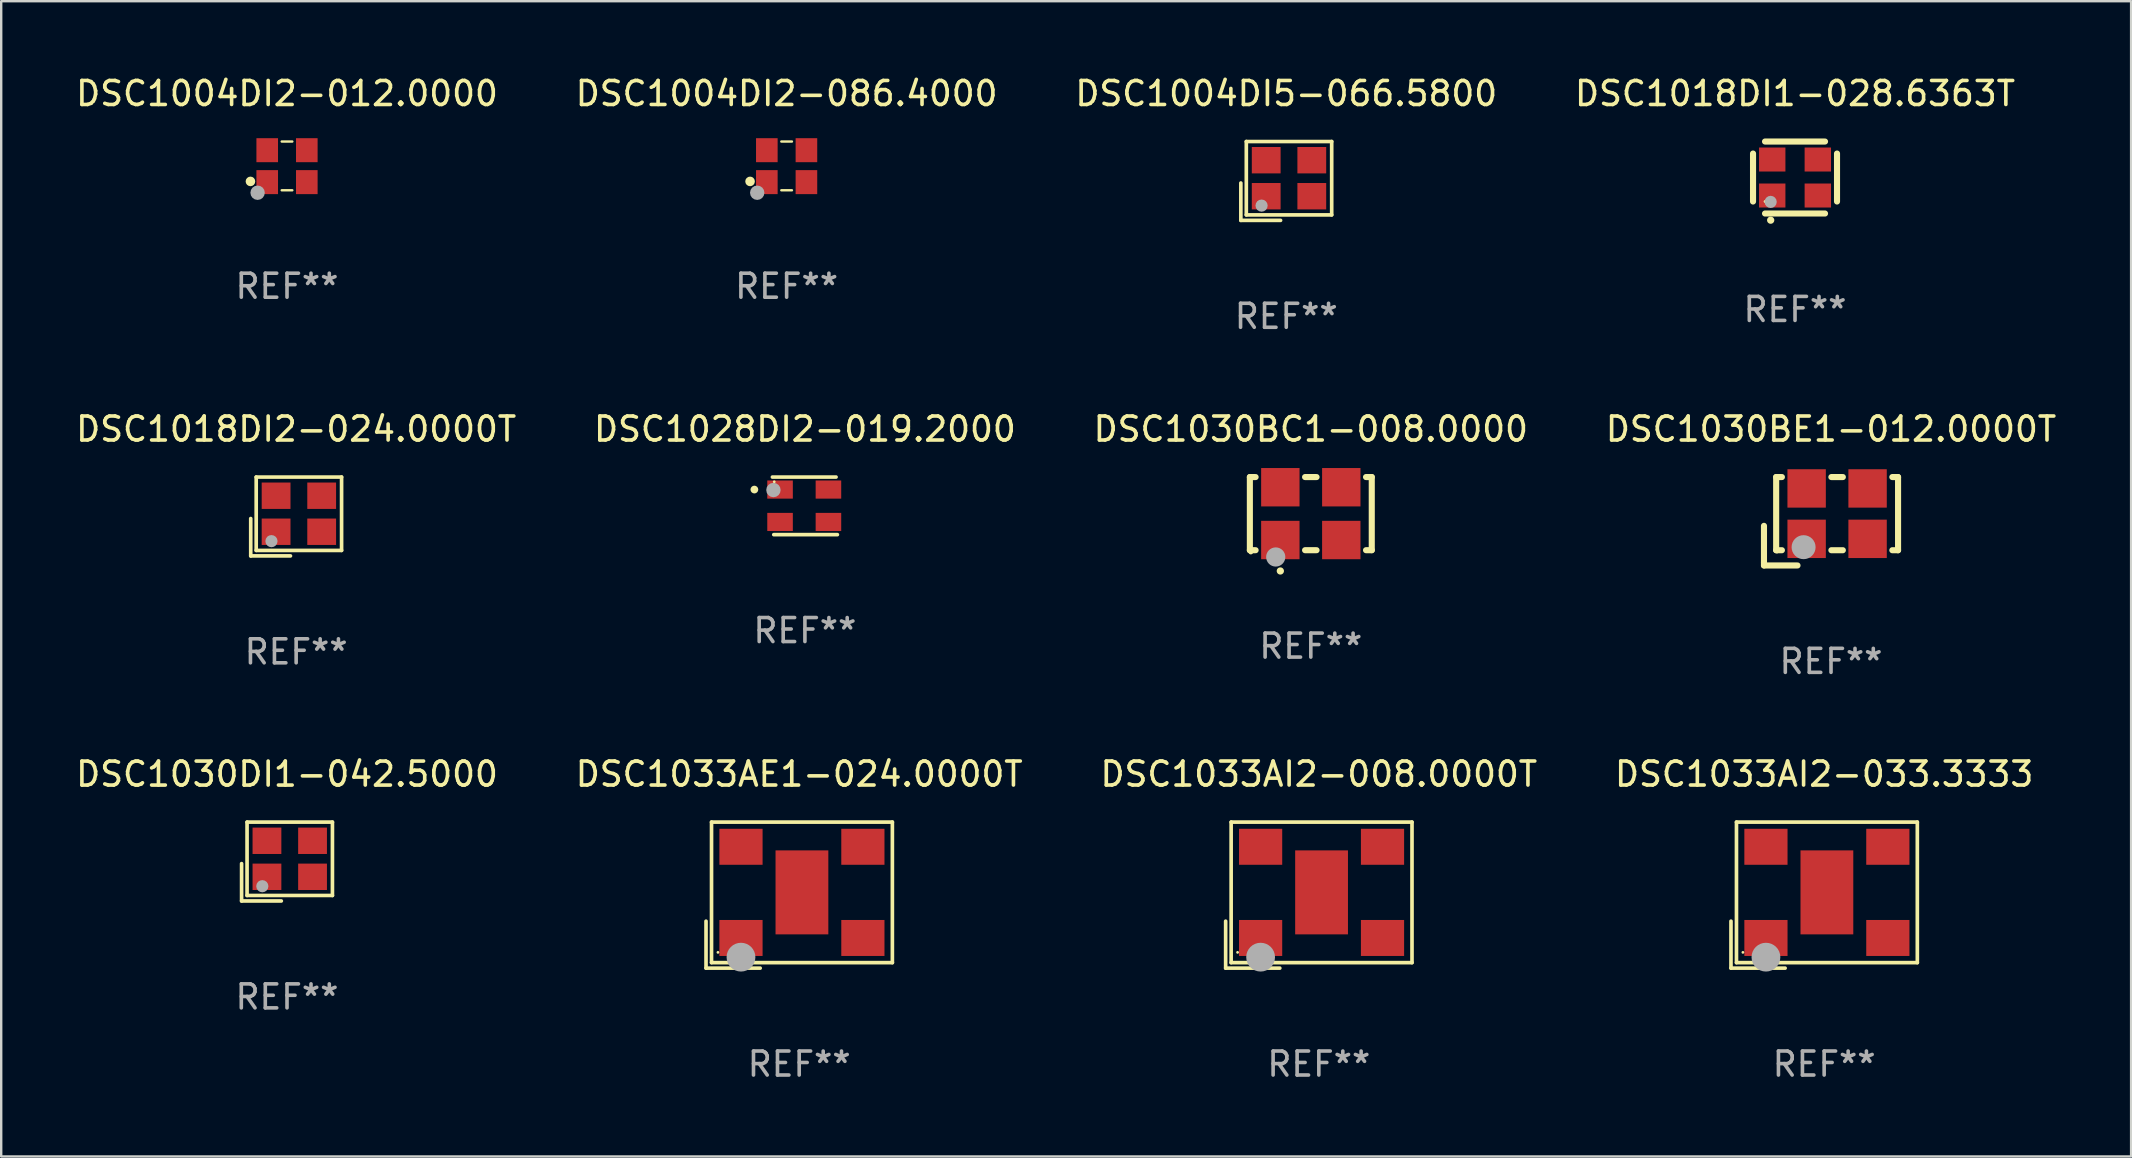
<source format=kicad_pcb>
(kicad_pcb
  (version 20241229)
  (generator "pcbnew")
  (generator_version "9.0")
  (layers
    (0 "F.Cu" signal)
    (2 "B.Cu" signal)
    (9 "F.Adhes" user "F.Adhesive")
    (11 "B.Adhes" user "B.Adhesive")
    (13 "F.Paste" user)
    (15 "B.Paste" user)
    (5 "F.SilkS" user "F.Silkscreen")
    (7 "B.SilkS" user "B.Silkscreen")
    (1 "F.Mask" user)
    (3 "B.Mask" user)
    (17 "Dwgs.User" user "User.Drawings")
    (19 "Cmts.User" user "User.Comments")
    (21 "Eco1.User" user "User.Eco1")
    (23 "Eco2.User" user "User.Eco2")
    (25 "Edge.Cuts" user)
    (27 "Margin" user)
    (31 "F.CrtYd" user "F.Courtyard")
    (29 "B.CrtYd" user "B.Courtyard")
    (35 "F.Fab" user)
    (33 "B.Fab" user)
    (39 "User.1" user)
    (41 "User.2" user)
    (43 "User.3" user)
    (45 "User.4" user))
  (footprint "DSC1033AI2-008.0000T"
    (layer "F.Cu")
    (at 51.911 34.253)
    (property "Reference" "DSC1033AI2-008.0000T" (at 0 -5.043 0) (layer "F.SilkS") (effects (font (size 1 1) (thickness 0.15))))
    (attr through_hole)
    (fp_line (start -3.883 1.086) (end -3.883 3.043) (stroke (width 0.152) (type solid)) (layer "F.SilkS"))
    (fp_line (start -3.883 3.043) (end -1.626 3.043) (stroke (width 0.152) (type solid)) (layer "F.SilkS"))
    (fp_line (start -3.654 -3.043) (end 3.883 -3.043) (stroke (width 0.152) (type solid)) (layer "F.SilkS"))
    (fp_line (start -3.654 2.814) (end -3.654 -3.043) (stroke (width 0.152) (type solid)) (layer "F.SilkS"))
    (fp_line (start 3.883 -3.043) (end 3.883 2.814) (stroke (width 0.152) (type solid)) (layer "F.SilkS"))
    (fp_line (start 3.883 2.814) (end -3.654 2.814) (stroke (width 0.152) (type solid)) (layer "F.SilkS"))
    (fp_circle (center -3.386 2.386) (end -3.356 2.386) (stroke (width 0.06) (type solid)) (fill no) (layer "F.SilkS"))
    (fp_circle (center -2.426 2.586) (end -2.126 2.586) (stroke (width 0.6) (type solid)) (fill no) (layer "F.Fab"))
    (fp_text user "REF**" (at 0 7.043 0) (layer "F.Fab") (effects (font (size 1 1) (thickness 0.15))))
    (pad "1" smd rect (at -2.426 1.786) (size 1.8 1.5) (layers "F.Cu" "F.Mask" "F.Paste"))
    (pad "2" smd rect (at 2.654 1.786) (size 1.8 1.5) (layers "F.Cu" "F.Mask" "F.Paste"))
    (pad "3" smd rect (at 2.654 -2.014) (size 1.8 1.5) (layers "F.Cu" "F.Mask" "F.Paste"))
    (pad "4" smd rect (at -2.426 -2.014) (size 1.8 1.5) (layers "F.Cu" "F.Mask" "F.Paste"))
    (pad "5" smd rect (at 0.114 -0.114) (size 2.2 3.5) (layers "F.Cu" "F.Mask" "F.Paste")))
  (footprint "DSC1030BE1-012.0000T"
    (layer "F.Cu")
    (at 73.256 18.673)
    (property "Reference" "DSC1030BE1-012.0000T" (at 0 -3.842 0) (layer "F.SilkS") (effects (font (size 1 1) (thickness 0.15))))
    (attr through_hole)
    (fp_line (start -2.794 0.191) (end -2.794 1.715) (stroke (width 0.254) (type solid)) (layer "F.SilkS"))
    (fp_line (start -2.794 1.715) (end -2.794 1.842) (stroke (width 0.254) (type solid)) (layer "F.SilkS"))
    (fp_line (start -2.794 1.842) (end -1.397 1.842) (stroke (width 0.254) (type solid)) (layer "F.SilkS"))
    (fp_line (start -2.286 -1.842) (end -2.047 -1.842) (stroke (width 0.254) (type solid)) (layer "F.SilkS"))
    (fp_line (start -2.286 1.207) (end -2.286 -1.842) (stroke (width 0.254) (type solid)) (layer "F.SilkS"))
    (fp_line (start -2.047 1.207) (end -2.286 1.207) (stroke (width 0.254) (type solid)) (layer "F.SilkS"))
    (fp_line (start 0.015 -1.842) (end 0.493 -1.842) (stroke (width 0.254) (type solid)) (layer "F.SilkS"))
    (fp_line (start 0.493 1.207) (end 0.015 1.207) (stroke (width 0.254) (type solid)) (layer "F.SilkS"))
    (fp_line (start 2.555 -1.842) (end 2.794 -1.842) (stroke (width 0.254) (type solid)) (layer "F.SilkS"))
    (fp_line (start 2.794 -1.842) (end 2.794 1.207) (stroke (width 0.254) (type solid)) (layer "F.SilkS"))
    (fp_line (start 2.794 1.207) (end 2.555 1.207) (stroke (width 0.254) (type solid)) (layer "F.SilkS"))
    (fp_circle (center -2.246 1.282) (end -2.216 1.282) (stroke (width 0.06) (type solid)) (fill no) (layer "F.SilkS"))
    (fp_circle (center -1.143 1.08) (end -0.893 1.08) (stroke (width 0.5) (type solid)) (fill no) (layer "F.Fab"))
    (fp_text user "REF**" (at 0 5.842 0) (layer "F.Fab") (effects (font (size 1 1) (thickness 0.15))))
    (pad "1" smd rect (at -1.016 0.733) (size 1.6 1.6) (layers "F.Cu" "F.Mask" "F.Paste"))
    (pad "2" smd rect (at 1.524 0.733) (size 1.6 1.6) (layers "F.Cu" "F.Mask" "F.Paste"))
    (pad "3" smd rect (at 1.524 -1.368) (size 1.6 1.6) (layers "F.Cu" "F.Mask" "F.Paste"))
    (pad "4" smd rect (at -1.016 -1.368) (size 1.6 1.6) (layers "F.Cu" "F.Mask" "F.Paste")))
  (footprint "DSC1030DI1-042.5000"
    (layer "F.Cu")
    (at 8.911 32.854)
    (property "Reference" "DSC1030DI1-042.5000" (at 0 -3.643 0) (layer "F.SilkS") (effects (font (size 1 1) (thickness 0.15))))
    (attr through_hole)
    (fp_line (start -1.893 0.086) (end -1.893 1.643) (stroke (width 0.152) (type solid)) (layer "F.SilkS"))
    (fp_line (start -1.893 1.643) (end -0.237 1.643) (stroke (width 0.152) (type solid)) (layer "F.SilkS"))
    (fp_line (start -1.665 -1.643) (end 1.893 -1.643) (stroke (width 0.152) (type solid)) (layer "F.SilkS"))
    (fp_line (start -1.665 1.414) (end -1.665 -1.643) (stroke (width 0.152) (type solid)) (layer "F.SilkS"))
    (fp_line (start 1.893 -1.643) (end 1.893 1.414) (stroke (width 0.152) (type solid)) (layer "F.SilkS"))
    (fp_line (start 1.893 1.414) (end -1.665 1.414) (stroke (width 0.152) (type solid)) (layer "F.SilkS"))
    (fp_circle (center -1.136 0.885) (end -1.106 0.885) (stroke (width 0.06) (type solid)) (fill no) (layer "F.SilkS"))
    (fp_circle (center -1.029 1.028) (end -0.902 1.028) (stroke (width 0.254) (type solid)) (fill no) (layer "F.Fab"))
    (fp_text user "REF**" (at 0 5.643 0) (layer "F.Fab") (effects (font (size 1 1) (thickness 0.15))))
    (pad "1" smd rect (at -0.836 0.636) (size 1.2 1.1) (layers "F.Cu" "F.Mask" "F.Paste"))
    (pad "2" smd rect (at 1.064 0.636) (size 1.2 1.1) (layers "F.Cu" "F.Mask" "F.Paste"))
    (pad "3" smd rect (at 1.064 -0.865) (size 1.2 1.1) (layers "F.Cu" "F.Mask" "F.Paste"))
    (pad "4" smd rect (at -0.836 -0.865) (size 1.2 1.1) (layers "F.Cu" "F.Mask" "F.Paste")))
  (footprint "DSC1004DI2-012.0000"
    (layer "F.Cu")
    (at 8.911 3.864)
    (property "Reference" "DSC1004DI2-012.0000" (at 0 -3.016 0) (layer "F.SilkS") (effects (font (size 1 1) (thickness 0.15))))
    (attr through_hole)
    (fp_line (start -0.221 -1.016) (end 0.221 -1.016) (stroke (width 0.1) (type solid)) (layer "F.SilkS"))
    (fp_line (start -0.221 1.016) (end 0.221 1.016) (stroke (width 0.1) (type solid)) (layer "F.SilkS"))
    (fp_circle (center -1.524 0.646) (end -1.424 0.646) (stroke (width 0.2) (type solid)) (fill no) (layer "F.SilkS"))
    (fp_circle (center -1.25 1) (end -1.22 1) (stroke (width 0.06) (type solid)) (fill no) (layer "F.SilkS"))
    (fp_circle (center -1.226 1.118) (end -1.076 1.118) (stroke (width 0.3) (type solid)) (fill no) (layer "F.Fab"))
    (fp_text user "REF**" (at 0 5.016 0) (layer "F.Fab") (effects (font (size 1 1) (thickness 0.15))))
    (pad "1" smd rect (at -0.825 0.676) (size 0.9 1) (layers "F.Cu" "F.Mask" "F.Paste"))
    (pad "2" smd rect (at 0.825 0.676) (size 0.9 1) (layers "F.Cu" "F.Mask" "F.Paste"))
    (pad "3" smd rect (at 0.825 -0.655) (size 0.9 1) (layers "F.Cu" "F.Mask" "F.Paste"))
    (pad "4" smd rect (at -0.825 -0.655) (size 0.9 1) (layers "F.Cu" "F.Mask" "F.Paste")))
  (footprint "DSC1018DI2-024.0000T"
    (layer "F.Cu")
    (at 9.292 18.474)
    (property "Reference" "DSC1018DI2-024.0000T" (at 0 -3.643 0) (layer "F.SilkS") (effects (font (size 1 1) (thickness 0.15))))
    (attr through_hole)
    (fp_line (start -1.893 0.086) (end -1.893 1.643) (stroke (width 0.152) (type solid)) (layer "F.SilkS"))
    (fp_line (start -1.893 1.643) (end -0.237 1.643) (stroke (width 0.152) (type solid)) (layer "F.SilkS"))
    (fp_line (start -1.665 -1.643) (end 1.893 -1.643) (stroke (width 0.152) (type solid)) (layer "F.SilkS"))
    (fp_line (start -1.665 1.414) (end -1.665 -1.643) (stroke (width 0.152) (type solid)) (layer "F.SilkS"))
    (fp_line (start 1.893 -1.643) (end 1.893 1.414) (stroke (width 0.152) (type solid)) (layer "F.SilkS"))
    (fp_line (start 1.893 1.414) (end -1.665 1.414) (stroke (width 0.152) (type solid)) (layer "F.SilkS"))
    (fp_circle (center -1.136 0.885) (end -1.106 0.885) (stroke (width 0.06) (type solid)) (fill no) (layer "F.SilkS"))
    (fp_circle (center -1.029 1.028) (end -0.902 1.028) (stroke (width 0.254) (type solid)) (fill no) (layer "F.Fab"))
    (fp_text user "REF**" (at 0 5.643 0) (layer "F.Fab") (effects (font (size 1 1) (thickness 0.15))))
    (pad "1" smd rect (at -0.836 0.636) (size 1.2 1.1) (layers "F.Cu" "F.Mask" "F.Paste"))
    (pad "2" smd rect (at 1.064 0.636) (size 1.2 1.1) (layers "F.Cu" "F.Mask" "F.Paste"))
    (pad "3" smd rect (at 1.064 -0.865) (size 1.2 1.1) (layers "F.Cu" "F.Mask" "F.Paste"))
    (pad "4" smd rect (at -0.836 -0.865) (size 1.2 1.1) (layers "F.Cu" "F.Mask" "F.Paste")))
  (footprint "DSC1030BC1-008.0000"
    (layer "F.Cu")
    (at 51.577 18.355)
    (property "Reference" "DSC1030BC1-008.0000" (at 0 -3.524 0) (layer "F.SilkS") (effects (font (size 1 1) (thickness 0.15))))
    (attr through_hole)
    (fp_line (start -2.54 -1.524) (end -2.301 -1.524) (stroke (width 0.254) (type solid)) (layer "F.SilkS"))
    (fp_line (start -2.54 1.524) (end -2.54 -1.524) (stroke (width 0.254) (type solid)) (layer "F.SilkS"))
    (fp_line (start -2.301 1.524) (end -2.54 1.524) (stroke (width 0.254) (type solid)) (layer "F.SilkS"))
    (fp_line (start -0.239 -1.524) (end 0.239 -1.524) (stroke (width 0.254) (type solid)) (layer "F.SilkS"))
    (fp_line (start 0.239 1.524) (end -0.239 1.524) (stroke (width 0.254) (type solid)) (layer "F.SilkS"))
    (fp_line (start 2.301 -1.524) (end 2.54 -1.524) (stroke (width 0.254) (type solid)) (layer "F.SilkS"))
    (fp_line (start 2.54 -1.524) (end 2.54 1.524) (stroke (width 0.254) (type solid)) (layer "F.SilkS"))
    (fp_line (start 2.54 1.524) (end 2.301 1.524) (stroke (width 0.254) (type solid)) (layer "F.SilkS"))
    (fp_arc (start -1.271298 2.389992) (mid -1.270028 2.389987) (end -1.268758 2.389992) (stroke (width 0.3) (type solid)) (layer "F.SilkS"))
    (fp_circle (center -2.5 1.6) (end -2.45 1.6) (stroke (width 0.1) (type solid)) (fill no) (layer "F.SilkS"))
    (fp_circle (center -1.462 1.807) (end -1.262 1.807) (stroke (width 0.4) (type solid)) (fill no) (layer "F.Fab"))
    (fp_text user "REF**" (at 0 5.524 0) (layer "F.Fab") (effects (font (size 1 1) (thickness 0.15))))
    (pad "1" smd rect (at -1.27 1.1) (size 1.6 1.6) (layers "F.Cu" "F.Mask" "F.Paste"))
    (pad "2" smd rect (at 1.27 1.1) (size 1.6 1.6) (layers "F.Cu" "F.Mask" "F.Paste"))
    (pad "3" smd rect (at 1.27 -1.1) (size 1.6 1.6) (layers "F.Cu" "F.Mask" "F.Paste"))
    (pad "4" smd rect (at -1.27 -1.1) (size 1.6 1.6) (layers "F.Cu" "F.Mask" "F.Paste")))
  (footprint "DSC1018DI1-028.6363T"
    (layer "F.Cu")
    (at 71.756 4.348)
    (property "Reference" "DSC1018DI1-028.6363T" (at 0 -3.5 0) (layer "F.SilkS") (effects (font (size 1 1) (thickness 0.15))))
    (attr through_hole)
    (fp_line (start -1.75 -1) (end -1.75 1) (stroke (width 0.254) (type solid)) (layer "F.SilkS"))
    (fp_line (start -1.25 -1.5) (end 1.25 -1.5) (stroke (width 0.254) (type solid)) (layer "F.SilkS"))
    (fp_line (start -1.25 1.5) (end 1.25 1.5) (stroke (width 0.254) (type solid)) (layer "F.SilkS"))
    (fp_line (start 1.75 -1) (end 1.75 1) (stroke (width 0.254) (type solid)) (layer "F.SilkS"))
    (fp_arc (start -1.016002 1.778004) (mid -1.014732 1.777999) (end -1.013462 1.778004) (stroke (width 0.3) (type solid)) (layer "F.SilkS"))
    (fp_circle (center -1.25 1) (end -1.22 1) (stroke (width 0.06) (type solid)) (fill no) (layer "F.SilkS"))
    (fp_circle (center -1.016 1.016) (end -0.889 1.016) (stroke (width 0.254) (type solid)) (fill no) (layer "F.Fab"))
    (fp_text user "REF**" (at 0 5.5 0) (layer "F.Fab") (effects (font (size 1 1) (thickness 0.15))))
    (pad "1" smd rect (at -0.95 0.75) (size 1.1 1) (layers "F.Cu" "F.Mask" "F.Paste"))
    (pad "2" smd rect (at 0.95 0.75) (size 1.1 1) (layers "F.Cu" "F.Mask" "F.Paste"))
    (pad "3" smd rect (at 0.95 -0.75) (size 1.1 1) (layers "F.Cu" "F.Mask" "F.Paste"))
    (pad "4" smd rect (at -0.95 -0.75) (size 1.1 1) (layers "F.Cu" "F.Mask" "F.Paste")))
  (footprint "DSC1033AE1-024.0000T"
    (layer "F.Cu")
    (at 30.256 34.253)
    (property "Reference" "DSC1033AE1-024.0000T" (at 0 -5.043 0) (layer "F.SilkS") (effects (font (size 1 1) (thickness 0.15))))
    (attr through_hole)
    (fp_line (start -3.883 1.086) (end -3.883 3.043) (stroke (width 0.152) (type solid)) (layer "F.SilkS"))
    (fp_line (start -3.883 3.043) (end -1.626 3.043) (stroke (width 0.152) (type solid)) (layer "F.SilkS"))
    (fp_line (start -3.654 -3.043) (end 3.883 -3.043) (stroke (width 0.152) (type solid)) (layer "F.SilkS"))
    (fp_line (start -3.654 2.814) (end -3.654 -3.043) (stroke (width 0.152) (type solid)) (layer "F.SilkS"))
    (fp_line (start 3.883 -3.043) (end 3.883 2.814) (stroke (width 0.152) (type solid)) (layer "F.SilkS"))
    (fp_line (start 3.883 2.814) (end -3.654 2.814) (stroke (width 0.152) (type solid)) (layer "F.SilkS"))
    (fp_circle (center -3.386 2.386) (end -3.356 2.386) (stroke (width 0.06) (type solid)) (fill no) (layer "F.SilkS"))
    (fp_circle (center -2.426 2.586) (end -2.126 2.586) (stroke (width 0.6) (type solid)) (fill no) (layer "F.Fab"))
    (fp_text user "REF**" (at 0 7.043 0) (layer "F.Fab") (effects (font (size 1 1) (thickness 0.15))))
    (pad "1" smd rect (at -2.426 1.786) (size 1.8 1.5) (layers "F.Cu" "F.Mask" "F.Paste"))
    (pad "2" smd rect (at 2.654 1.786) (size 1.8 1.5) (layers "F.Cu" "F.Mask" "F.Paste"))
    (pad "3" smd rect (at 2.654 -2.014) (size 1.8 1.5) (layers "F.Cu" "F.Mask" "F.Paste"))
    (pad "4" smd rect (at -2.426 -2.014) (size 1.8 1.5) (layers "F.Cu" "F.Mask" "F.Paste"))
    (pad "5" smd rect (at 0.114 -0.114) (size 2.2 3.5) (layers "F.Cu" "F.Mask" "F.Paste")))
  (footprint "DSC1004DI2-086.4000"
    (layer "F.Cu")
    (at 29.732 3.864)
    (property "Reference" "DSC1004DI2-086.4000" (at 0 -3.016 0) (layer "F.SilkS") (effects (font (size 1 1) (thickness 0.15))))
    (attr through_hole)
    (fp_line (start -0.221 -1.016) (end 0.221 -1.016) (stroke (width 0.1) (type solid)) (layer "F.SilkS"))
    (fp_line (start -0.221 1.016) (end 0.221 1.016) (stroke (width 0.1) (type solid)) (layer "F.SilkS"))
    (fp_circle (center -1.524 0.646) (end -1.424 0.646) (stroke (width 0.2) (type solid)) (fill no) (layer "F.SilkS"))
    (fp_circle (center -1.25 1) (end -1.22 1) (stroke (width 0.06) (type solid)) (fill no) (layer "F.SilkS"))
    (fp_circle (center -1.226 1.118) (end -1.076 1.118) (stroke (width 0.3) (type solid)) (fill no) (layer "F.Fab"))
    (fp_text user "REF**" (at 0 5.016 0) (layer "F.Fab") (effects (font (size 1 1) (thickness 0.15))))
    (pad "1" smd rect (at -0.825 0.676) (size 0.9 1) (layers "F.Cu" "F.Mask" "F.Paste"))
    (pad "2" smd rect (at 0.825 0.676) (size 0.9 1) (layers "F.Cu" "F.Mask" "F.Paste"))
    (pad "3" smd rect (at 0.825 -0.655) (size 0.9 1) (layers "F.Cu" "F.Mask" "F.Paste"))
    (pad "4" smd rect (at -0.825 -0.655) (size 0.9 1) (layers "F.Cu" "F.Mask" "F.Paste")))
  (footprint "DSC1033AI2-033.3333"
    (layer "F.Cu")
    (at 72.97 34.253)
    (property "Reference" "DSC1033AI2-033.3333" (at 0 -5.043 0) (layer "F.SilkS") (effects (font (size 1 1) (thickness 0.15))))
    (attr through_hole)
    (fp_line (start -3.883 1.086) (end -3.883 3.043) (stroke (width 0.152) (type solid)) (layer "F.SilkS"))
    (fp_line (start -3.883 3.043) (end -1.626 3.043) (stroke (width 0.152) (type solid)) (layer "F.SilkS"))
    (fp_line (start -3.654 -3.043) (end 3.883 -3.043) (stroke (width 0.152) (type solid)) (layer "F.SilkS"))
    (fp_line (start -3.654 2.814) (end -3.654 -3.043) (stroke (width 0.152) (type solid)) (layer "F.SilkS"))
    (fp_line (start 3.883 -3.043) (end 3.883 2.814) (stroke (width 0.152) (type solid)) (layer "F.SilkS"))
    (fp_line (start 3.883 2.814) (end -3.654 2.814) (stroke (width 0.152) (type solid)) (layer "F.SilkS"))
    (fp_circle (center -3.386 2.386) (end -3.356 2.386) (stroke (width 0.06) (type solid)) (fill no) (layer "F.SilkS"))
    (fp_circle (center -2.426 2.586) (end -2.126 2.586) (stroke (width 0.6) (type solid)) (fill no) (layer "F.Fab"))
    (fp_text user "REF**" (at 0 7.043 0) (layer "F.Fab") (effects (font (size 1 1) (thickness 0.15))))
    (pad "1" smd rect (at -2.426 1.786) (size 1.8 1.5) (layers "F.Cu" "F.Mask" "F.Paste"))
    (pad "2" smd rect (at 2.654 1.786) (size 1.8 1.5) (layers "F.Cu" "F.Mask" "F.Paste"))
    (pad "3" smd rect (at 2.654 -2.014) (size 1.8 1.5) (layers "F.Cu" "F.Mask" "F.Paste"))
    (pad "4" smd rect (at -2.426 -2.014) (size 1.8 1.5) (layers "F.Cu" "F.Mask" "F.Paste"))
    (pad "5" smd rect (at 0.114 -0.114) (size 2.2 3.5) (layers "F.Cu" "F.Mask" "F.Paste")))
  (footprint "DSC1004DI5-066.5800"
    (layer "F.Cu")
    (at 50.554 4.491)
    (property "Reference" "DSC1004DI5-066.5800" (at 0 -3.643 0) (layer "F.SilkS") (effects (font (size 1 1) (thickness 0.15))))
    (attr through_hole)
    (fp_line (start -1.893 0.086) (end -1.893 1.643) (stroke (width 0.152) (type solid)) (layer "F.SilkS"))
    (fp_line (start -1.893 1.643) (end -0.237 1.643) (stroke (width 0.152) (type solid)) (layer "F.SilkS"))
    (fp_line (start -1.665 -1.643) (end 1.893 -1.643) (stroke (width 0.152) (type solid)) (layer "F.SilkS"))
    (fp_line (start -1.665 1.414) (end -1.665 -1.643) (stroke (width 0.152) (type solid)) (layer "F.SilkS"))
    (fp_line (start 1.893 -1.643) (end 1.893 1.414) (stroke (width 0.152) (type solid)) (layer "F.SilkS"))
    (fp_line (start 1.893 1.414) (end -1.665 1.414) (stroke (width 0.152) (type solid)) (layer "F.SilkS"))
    (fp_circle (center -1.136 0.885) (end -1.106 0.885) (stroke (width 0.06) (type solid)) (fill no) (layer "F.SilkS"))
    (fp_circle (center -1.029 1.028) (end -0.902 1.028) (stroke (width 0.254) (type solid)) (fill no) (layer "F.Fab"))
    (fp_text user "REF**" (at 0 5.643 0) (layer "F.Fab") (effects (font (size 1 1) (thickness 0.15))))
    (pad "1" smd rect (at -0.836 0.636) (size 1.2 1.1) (layers "F.Cu" "F.Mask" "F.Paste"))
    (pad "2" smd rect (at 1.064 0.636) (size 1.2 1.1) (layers "F.Cu" "F.Mask" "F.Paste"))
    (pad "3" smd rect (at 1.064 -0.865) (size 1.2 1.1) (layers "F.Cu" "F.Mask" "F.Paste"))
    (pad "4" smd rect (at -0.836 -0.865) (size 1.2 1.1) (layers "F.Cu" "F.Mask" "F.Paste")))
  (footprint "DSC1028DI2-019.2000"
    (layer "F.Cu")
    (at 30.494 18.031)
    (property "Reference" "DSC1028DI2-019.2000" (at 0 -3.2 0) (layer "F.SilkS") (effects (font (size 1 1) (thickness 0.15))))
    (attr through_hole)
    (fp_line (start -1.354 -1.2) (end 1.298 -1.2) (stroke (width 0.152) (type solid)) (layer "F.SilkS"))
    (fp_line (start -1.298 1.2) (end 1.354 1.2) (stroke (width 0.152) (type solid)) (layer "F.SilkS"))
    (fp_circle (center -2.106 -0.679) (end -2.025 -0.679) (stroke (width 0.162) (type solid)) (fill no) (layer "F.SilkS"))
    (fp_circle (center -1.278 -1.004) (end -1.248 -1.004) (stroke (width 0.06) (type solid)) (fill no) (layer "F.SilkS"))
    (fp_circle (center -1.312 -0.659) (end -1.162 -0.659) (stroke (width 0.3) (type solid)) (fill no) (layer "F.Fab"))
    (fp_text user "REF**" (at 0 5.2 0) (layer "F.Fab") (effects (font (size 1 1) (thickness 0.15))))
    (pad "1" smd rect (at -1.036 -0.679) (size 1.065 0.756) (layers "F.Cu" "F.Mask" "F.Paste"))
    (pad "2" smd rect (at 0.98 -0.679) (size 1.065 0.756) (layers "F.Cu" "F.Mask" "F.Paste"))
    (pad "3" smd rect (at 0.98 0.671) (size 1.065 0.756) (layers "F.Cu" "F.Mask" "F.Paste"))
    (pad "4" smd rect (at -1.036 0.671) (size 1.065 0.756) (layers "F.Cu" "F.Mask" "F.Paste")))
  (gr_rect
    (start -3 -3)
    (end 85.762 45.145)
    (stroke (width 0.1) (type default))
    (fill no)
    (layer "Edge.Cuts")))
</source>
